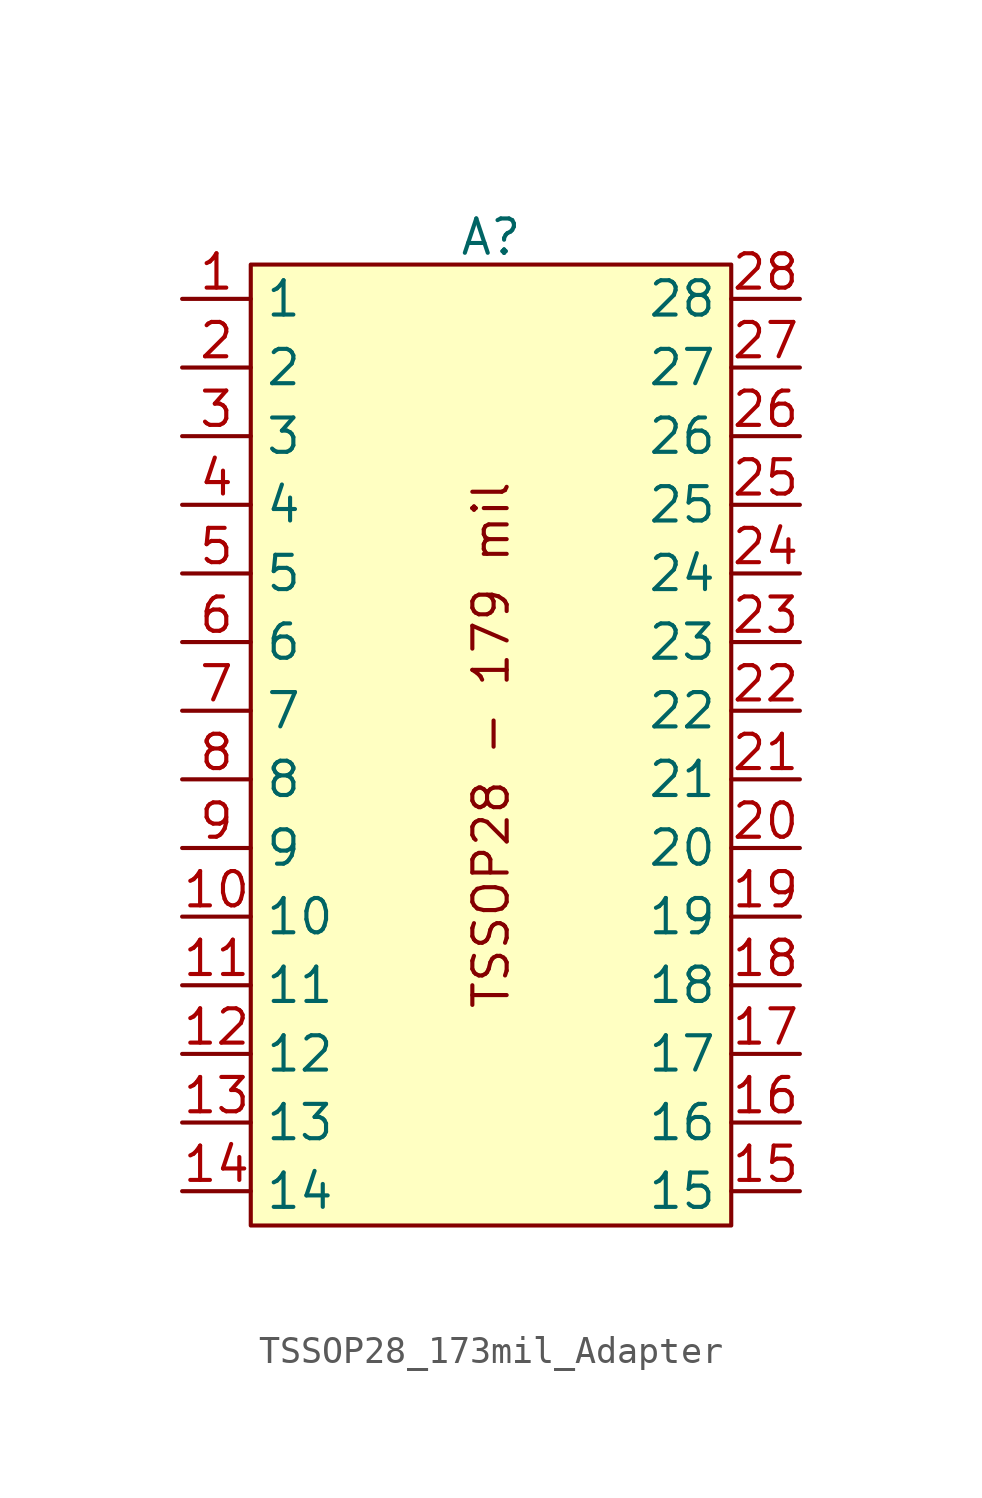
<source format=kicad_sym>
(kicad_symbol_lib
  (version 20241209)
  (generator "kicad_symbol_editor")
  (generator_version "9.0")
  (symbol "TSSOP28_173mil_Adapter"
    (property "Reference" "A"
      (at 0 18.796 0)
      (effects (font (size 1.27 1.27))))
    (property "Value" ""
      (at 0 0 0)
      (effects (font (size 1.27 1.27))))
    (symbol "TSSOP28_173mil_Adapter_1_1"
      (rectangle (start -8.89 17.78) (end 8.89 -17.78) (stroke (width 0) (type solid)) (fill (type color) (color 255 255 194 1)))
      (text "TSSOP28 - 179 mil\n" (at 0 0 900) (effects (font (size 1.27 1.27))))
      (pin bidirectional line (at -11.43 16.51 0) (length 2.54) (name "1" (effects (font (size 1.27 1.27)))) (number "1" (effects (font (size 1.27 1.27)))))
      (pin bidirectional line (at -11.43 13.97 0) (length 2.54) (name "2" (effects (font (size 1.27 1.27)))) (number "2" (effects (font (size 1.27 1.27)))))
      (pin bidirectional line (at -11.43 11.43 0) (length 2.54) (name "3" (effects (font (size 1.27 1.27)))) (number "3" (effects (font (size 1.27 1.27)))))
      (pin bidirectional line (at -11.43 8.89 0) (length 2.54) (name "4" (effects (font (size 1.27 1.27)))) (number "4" (effects (font (size 1.27 1.27)))))
      (pin bidirectional line (at -11.43 6.35 0) (length 2.54) (name "5" (effects (font (size 1.27 1.27)))) (number "5" (effects (font (size 1.27 1.27)))))
      (pin bidirectional line (at -11.43 3.81 0) (length 2.54) (name "6" (effects (font (size 1.27 1.27)))) (number "6" (effects (font (size 1.27 1.27)))))
      (pin bidirectional line (at -11.43 1.27 0) (length 2.54) (name "7" (effects (font (size 1.27 1.27)))) (number "7" (effects (font (size 1.27 1.27)))))
      (pin bidirectional line (at -11.43 -1.27 0) (length 2.54) (name "8" (effects (font (size 1.27 1.27)))) (number "8" (effects (font (size 1.27 1.27)))))
      (pin bidirectional line (at -11.43 -3.81 0) (length 2.54) (name "9" (effects (font (size 1.27 1.27)))) (number "9" (effects (font (size 1.27 1.27)))))
      (pin bidirectional line (at -11.43 -6.35 0) (length 2.54) (name "10" (effects (font (size 1.27 1.27)))) (number "10" (effects (font (size 1.27 1.27)))))
      (pin bidirectional line (at -11.43 -8.89 0) (length 2.54) (name "11" (effects (font (size 1.27 1.27)))) (number "11" (effects (font (size 1.27 1.27)))))
      (pin bidirectional line (at -11.43 -11.43 0) (length 2.54) (name "12" (effects (font (size 1.27 1.27)))) (number "12" (effects (font (size 1.27 1.27)))))
      (pin bidirectional line (at -11.43 -13.97 0) (length 2.54) (name "13" (effects (font (size 1.27 1.27)))) (number "13" (effects (font (size 1.27 1.27)))))
      (pin bidirectional line (at -11.43 -16.51 0) (length 2.54) (name "14" (effects (font (size 1.27 1.27)))) (number "14" (effects (font (size 1.27 1.27)))))
      (pin bidirectional line (at 11.43 16.51 180) (length 2.54) (name "28" (effects (font (size 1.27 1.27)))) (number "28" (effects (font (size 1.27 1.27)))))
      (pin bidirectional line (at 11.43 13.97 180) (length 2.54) (name "27" (effects (font (size 1.27 1.27)))) (number "27" (effects (font (size 1.27 1.27)))))
      (pin bidirectional line (at 11.43 11.43 180) (length 2.54) (name "26" (effects (font (size 1.27 1.27)))) (number "26" (effects (font (size 1.27 1.27)))))
      (pin bidirectional line (at 11.43 8.89 180) (length 2.54) (name "25" (effects (font (size 1.27 1.27)))) (number "25" (effects (font (size 1.27 1.27)))))
      (pin bidirectional line (at 11.43 6.35 180) (length 2.54) (name "24" (effects (font (size 1.27 1.27)))) (number "24" (effects (font (size 1.27 1.27)))))
      (pin bidirectional line (at 11.43 3.81 180) (length 2.54) (name "23" (effects (font (size 1.27 1.27)))) (number "23" (effects (font (size 1.27 1.27)))))
      (pin bidirectional line (at 11.43 1.27 180) (length 2.54) (name "22" (effects (font (size 1.27 1.27)))) (number "22" (effects (font (size 1.27 1.27)))))
      (pin bidirectional line (at 11.43 -1.27 180) (length 2.54) (name "21" (effects (font (size 1.27 1.27)))) (number "21" (effects (font (size 1.27 1.27)))))
      (pin bidirectional line (at 11.43 -3.81 180) (length 2.54) (name "20" (effects (font (size 1.27 1.27)))) (number "20" (effects (font (size 1.27 1.27)))))
      (pin bidirectional line (at 11.43 -6.35 180) (length 2.54) (name "19" (effects (font (size 1.27 1.27)))) (number "19" (effects (font (size 1.27 1.27)))))
      (pin bidirectional line (at 11.43 -8.89 180) (length 2.54) (name "18" (effects (font (size 1.27 1.27)))) (number "18" (effects (font (size 1.27 1.27)))))
      (pin bidirectional line (at 11.43 -11.43 180) (length 2.54) (name "17" (effects (font (size 1.27 1.27)))) (number "17" (effects (font (size 1.27 1.27)))))
      (pin bidirectional line (at 11.43 -13.97 180) (length 2.54) (name "16" (effects (font (size 1.27 1.27)))) (number "16" (effects (font (size 1.27 1.27)))))
      (pin bidirectional line (at 11.43 -16.51 180) (length 2.54) (name "15" (effects (font (size 1.27 1.27)))) (number "15" (effects (font (size 1.27 1.27))))))))
</source>
